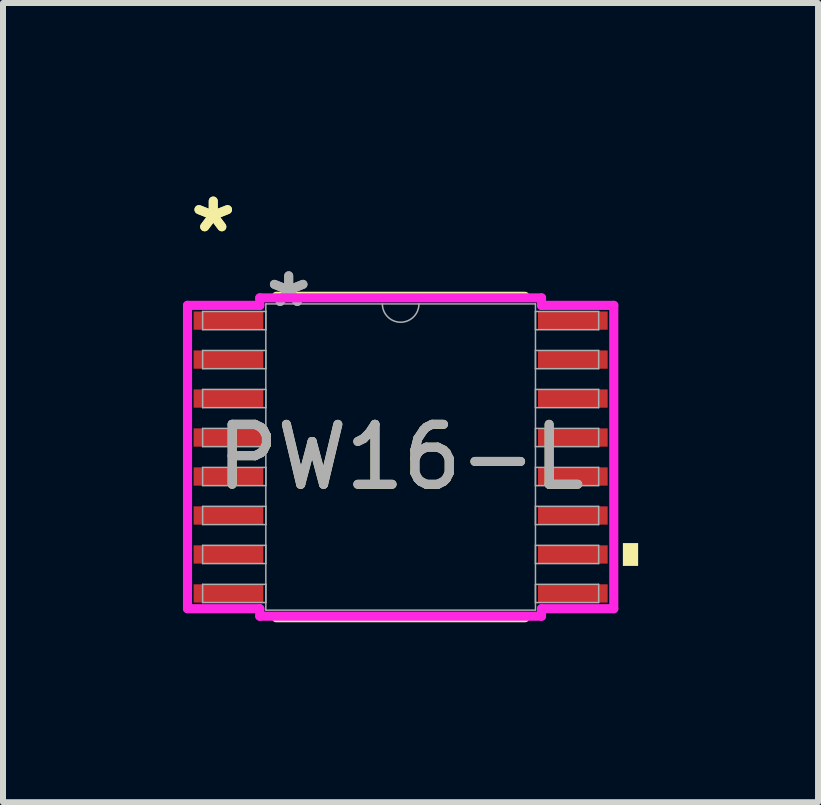
<source format=kicad_pcb>
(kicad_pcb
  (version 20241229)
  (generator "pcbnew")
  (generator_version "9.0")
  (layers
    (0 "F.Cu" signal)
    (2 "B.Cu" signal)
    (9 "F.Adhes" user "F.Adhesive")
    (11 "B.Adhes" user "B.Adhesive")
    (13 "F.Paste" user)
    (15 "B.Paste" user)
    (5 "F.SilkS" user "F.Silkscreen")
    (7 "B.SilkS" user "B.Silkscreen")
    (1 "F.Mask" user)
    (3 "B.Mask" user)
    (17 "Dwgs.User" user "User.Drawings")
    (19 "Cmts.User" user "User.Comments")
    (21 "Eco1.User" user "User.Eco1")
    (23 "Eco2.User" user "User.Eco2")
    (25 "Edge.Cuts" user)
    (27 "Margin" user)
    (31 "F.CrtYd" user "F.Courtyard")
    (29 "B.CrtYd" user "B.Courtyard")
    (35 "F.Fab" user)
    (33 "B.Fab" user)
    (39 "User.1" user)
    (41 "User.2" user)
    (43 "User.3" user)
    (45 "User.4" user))
  (footprint "PW16-L"
    (layer "F.Cu")
    (at 3.631 4.571)
    (property "Reference" "PW16-L" (at 0 0 0) (unlocked yes) (layer "F.SilkS") (effects (font (size 1 1) (thickness 0.15))))
    (attr smd)
    (fp_line (start -2.073 2.68) (end 2.073 2.68) (stroke (width 0.152) (type solid)) (layer "F.SilkS"))
    (fp_line (start 2.073 -2.68) (end -2.073 -2.68) (stroke (width 0.152) (type solid)) (layer "F.SilkS"))
    (fp_poly (pts (xy 3.96 1.435) (xy 3.96 1.816) (xy 3.706 1.816) (xy 3.706 1.435)) (stroke (width 0) (type solid)) (fill yes) (layer "F.SilkS"))
    (fp_line (start -3.554 -2.529) (end -2.349 -2.529) (stroke (width 0.152) (type solid)) (layer "F.CrtYd"))
    (fp_line (start -3.554 2.529) (end -3.554 -2.529) (stroke (width 0.152) (type solid)) (layer "F.CrtYd"))
    (fp_line (start -3.554 2.529) (end -2.349 2.529) (stroke (width 0.152) (type solid)) (layer "F.CrtYd"))
    (fp_line (start -2.349 -2.654) (end 2.349 -2.654) (stroke (width 0.152) (type solid)) (layer "F.CrtYd"))
    (fp_line (start -2.349 -2.529) (end -2.349 -2.654) (stroke (width 0.152) (type solid)) (layer "F.CrtYd"))
    (fp_line (start -2.349 2.654) (end -2.349 2.529) (stroke (width 0.152) (type solid)) (layer "F.CrtYd"))
    (fp_line (start 2.349 -2.654) (end 2.349 -2.529) (stroke (width 0.152) (type solid)) (layer "F.CrtYd"))
    (fp_line (start 2.349 2.529) (end 2.349 2.654) (stroke (width 0.152) (type solid)) (layer "F.CrtYd"))
    (fp_line (start 2.349 2.654) (end -2.349 2.654) (stroke (width 0.152) (type solid)) (layer "F.CrtYd"))
    (fp_line (start 3.554 -2.529) (end 2.349 -2.529) (stroke (width 0.152) (type solid)) (layer "F.CrtYd"))
    (fp_line (start 3.554 -2.529) (end 3.554 2.529) (stroke (width 0.152) (type solid)) (layer "F.CrtYd"))
    (fp_line (start 3.554 2.529) (end 2.349 2.529) (stroke (width 0.152) (type solid)) (layer "F.CrtYd"))
    (fp_line (start -3.302 -2.427) (end -3.302 -2.123) (stroke (width 0.025) (type solid)) (layer "F.Fab"))
    (fp_line (start -3.302 -2.123) (end -2.248 -2.123) (stroke (width 0.025) (type solid)) (layer "F.Fab"))
    (fp_line (start -3.302 -1.777) (end -3.302 -1.473) (stroke (width 0.025) (type solid)) (layer "F.Fab"))
    (fp_line (start -3.302 -1.473) (end -2.248 -1.473) (stroke (width 0.025) (type solid)) (layer "F.Fab"))
    (fp_line (start -3.302 -1.127) (end -3.302 -0.823) (stroke (width 0.025) (type solid)) (layer "F.Fab"))
    (fp_line (start -3.302 -0.823) (end -2.248 -0.823) (stroke (width 0.025) (type solid)) (layer "F.Fab"))
    (fp_line (start -3.302 -0.477) (end -3.302 -0.173) (stroke (width 0.025) (type solid)) (layer "F.Fab"))
    (fp_line (start -3.302 -0.173) (end -2.248 -0.173) (stroke (width 0.025) (type solid)) (layer "F.Fab"))
    (fp_line (start -3.302 0.173) (end -3.302 0.477) (stroke (width 0.025) (type solid)) (layer "F.Fab"))
    (fp_line (start -3.302 0.477) (end -2.248 0.477) (stroke (width 0.025) (type solid)) (layer "F.Fab"))
    (fp_line (start -3.302 0.823) (end -3.302 1.127) (stroke (width 0.025) (type solid)) (layer "F.Fab"))
    (fp_line (start -3.302 1.127) (end -2.248 1.127) (stroke (width 0.025) (type solid)) (layer "F.Fab"))
    (fp_line (start -3.302 1.473) (end -3.302 1.777) (stroke (width 0.025) (type solid)) (layer "F.Fab"))
    (fp_line (start -3.302 1.777) (end -2.248 1.777) (stroke (width 0.025) (type solid)) (layer "F.Fab"))
    (fp_line (start -3.302 2.123) (end -3.302 2.427) (stroke (width 0.025) (type solid)) (layer "F.Fab"))
    (fp_line (start -3.302 2.427) (end -2.248 2.427) (stroke (width 0.025) (type solid)) (layer "F.Fab"))
    (fp_line (start -2.248 -2.553) (end -2.248 2.553) (stroke (width 0.025) (type solid)) (layer "F.Fab"))
    (fp_line (start -2.248 -2.427) (end -3.302 -2.427) (stroke (width 0.025) (type solid)) (layer "F.Fab"))
    (fp_line (start -2.248 -2.123) (end -2.248 -2.427) (stroke (width 0.025) (type solid)) (layer "F.Fab"))
    (fp_line (start -2.248 -1.777) (end -3.302 -1.777) (stroke (width 0.025) (type solid)) (layer "F.Fab"))
    (fp_line (start -2.248 -1.473) (end -2.248 -1.777) (stroke (width 0.025) (type solid)) (layer "F.Fab"))
    (fp_line (start -2.248 -1.127) (end -3.302 -1.127) (stroke (width 0.025) (type solid)) (layer "F.Fab"))
    (fp_line (start -2.248 -0.823) (end -2.248 -1.127) (stroke (width 0.025) (type solid)) (layer "F.Fab"))
    (fp_line (start -2.248 -0.477) (end -3.302 -0.477) (stroke (width 0.025) (type solid)) (layer "F.Fab"))
    (fp_line (start -2.248 -0.173) (end -2.248 -0.477) (stroke (width 0.025) (type solid)) (layer "F.Fab"))
    (fp_line (start -2.248 0.173) (end -3.302 0.173) (stroke (width 0.025) (type solid)) (layer "F.Fab"))
    (fp_line (start -2.248 0.477) (end -2.248 0.173) (stroke (width 0.025) (type solid)) (layer "F.Fab"))
    (fp_line (start -2.248 0.823) (end -3.302 0.823) (stroke (width 0.025) (type solid)) (layer "F.Fab"))
    (fp_line (start -2.248 1.127) (end -2.248 0.823) (stroke (width 0.025) (type solid)) (layer "F.Fab"))
    (fp_line (start -2.248 1.473) (end -3.302 1.473) (stroke (width 0.025) (type solid)) (layer "F.Fab"))
    (fp_line (start -2.248 1.777) (end -2.248 1.473) (stroke (width 0.025) (type solid)) (layer "F.Fab"))
    (fp_line (start -2.248 2.123) (end -3.302 2.123) (stroke (width 0.025) (type solid)) (layer "F.Fab"))
    (fp_line (start -2.248 2.427) (end -2.248 2.123) (stroke (width 0.025) (type solid)) (layer "F.Fab"))
    (fp_line (start -2.248 2.553) (end 2.248 2.553) (stroke (width 0.025) (type solid)) (layer "F.Fab"))
    (fp_line (start 2.248 -2.553) (end -2.248 -2.553) (stroke (width 0.025) (type solid)) (layer "F.Fab"))
    (fp_line (start 2.248 -2.427) (end 2.248 -2.123) (stroke (width 0.025) (type solid)) (layer "F.Fab"))
    (fp_line (start 2.248 -2.123) (end 3.302 -2.123) (stroke (width 0.025) (type solid)) (layer "F.Fab"))
    (fp_line (start 2.248 -1.777) (end 2.248 -1.473) (stroke (width 0.025) (type solid)) (layer "F.Fab"))
    (fp_line (start 2.248 -1.473) (end 3.302 -1.473) (stroke (width 0.025) (type solid)) (layer "F.Fab"))
    (fp_line (start 2.248 -1.127) (end 2.248 -0.823) (stroke (width 0.025) (type solid)) (layer "F.Fab"))
    (fp_line (start 2.248 -0.823) (end 3.302 -0.823) (stroke (width 0.025) (type solid)) (layer "F.Fab"))
    (fp_line (start 2.248 -0.477) (end 2.248 -0.173) (stroke (width 0.025) (type solid)) (layer "F.Fab"))
    (fp_line (start 2.248 -0.173) (end 3.302 -0.173) (stroke (width 0.025) (type solid)) (layer "F.Fab"))
    (fp_line (start 2.248 0.173) (end 2.248 0.477) (stroke (width 0.025) (type solid)) (layer "F.Fab"))
    (fp_line (start 2.248 0.477) (end 3.302 0.477) (stroke (width 0.025) (type solid)) (layer "F.Fab"))
    (fp_line (start 2.248 0.823) (end 2.248 1.127) (stroke (width 0.025) (type solid)) (layer "F.Fab"))
    (fp_line (start 2.248 1.127) (end 3.302 1.127) (stroke (width 0.025) (type solid)) (layer "F.Fab"))
    (fp_line (start 2.248 1.473) (end 2.248 1.777) (stroke (width 0.025) (type solid)) (layer "F.Fab"))
    (fp_line (start 2.248 1.777) (end 3.302 1.777) (stroke (width 0.025) (type solid)) (layer "F.Fab"))
    (fp_line (start 2.248 2.123) (end 2.248 2.427) (stroke (width 0.025) (type solid)) (layer "F.Fab"))
    (fp_line (start 2.248 2.427) (end 3.302 2.427) (stroke (width 0.025) (type solid)) (layer "F.Fab"))
    (fp_line (start 2.248 2.553) (end 2.248 -2.553) (stroke (width 0.025) (type solid)) (layer "F.Fab"))
    (fp_line (start 3.302 -2.427) (end 2.248 -2.427) (stroke (width 0.025) (type solid)) (layer "F.Fab"))
    (fp_line (start 3.302 -2.123) (end 3.302 -2.427) (stroke (width 0.025) (type solid)) (layer "F.Fab"))
    (fp_line (start 3.302 -1.777) (end 2.248 -1.777) (stroke (width 0.025) (type solid)) (layer "F.Fab"))
    (fp_line (start 3.302 -1.473) (end 3.302 -1.777) (stroke (width 0.025) (type solid)) (layer "F.Fab"))
    (fp_line (start 3.302 -1.127) (end 2.248 -1.127) (stroke (width 0.025) (type solid)) (layer "F.Fab"))
    (fp_line (start 3.302 -0.823) (end 3.302 -1.127) (stroke (width 0.025) (type solid)) (layer "F.Fab"))
    (fp_line (start 3.302 -0.477) (end 2.248 -0.477) (stroke (width 0.025) (type solid)) (layer "F.Fab"))
    (fp_line (start 3.302 -0.173) (end 3.302 -0.477) (stroke (width 0.025) (type solid)) (layer "F.Fab"))
    (fp_line (start 3.302 0.173) (end 2.248 0.173) (stroke (width 0.025) (type solid)) (layer "F.Fab"))
    (fp_line (start 3.302 0.477) (end 3.302 0.173) (stroke (width 0.025) (type solid)) (layer "F.Fab"))
    (fp_line (start 3.302 0.823) (end 2.248 0.823) (stroke (width 0.025) (type solid)) (layer "F.Fab"))
    (fp_line (start 3.302 1.127) (end 3.302 0.823) (stroke (width 0.025) (type solid)) (layer "F.Fab"))
    (fp_line (start 3.302 1.473) (end 2.248 1.473) (stroke (width 0.025) (type solid)) (layer "F.Fab"))
    (fp_line (start 3.302 1.777) (end 3.302 1.473) (stroke (width 0.025) (type solid)) (layer "F.Fab"))
    (fp_line (start 3.302 2.123) (end 2.248 2.123) (stroke (width 0.025) (type solid)) (layer "F.Fab"))
    (fp_line (start 3.302 2.427) (end 3.302 2.123) (stroke (width 0.025) (type solid)) (layer "F.Fab"))
    (fp_arc (start 0.3048 -2.5527) (mid 0 -2.2479) (end -0.3048 -2.5527) (stroke (width 0.0254) (type solid)) (layer "F.Fab"))
    (fp_text user "*" (at -3.125 -3.723 0) (layer "F.SilkS") (effects (font (size 1 1) (thickness 0.15))))
    (fp_text user "*" (at -3.125 -3.723 0) (unlocked yes) (layer "F.SilkS") (effects (font (size 1 1) (thickness 0.15))))
    (fp_text user "${REFERENCE}" (at 0 0 0) (unlocked yes) (layer "F.Fab") (effects (font (size 1 1) (thickness 0.15))))
    (fp_text user "*" (at -1.867 -2.477 0) (layer "F.Fab") (effects (font (size 1 1) (thickness 0.15))))
    (fp_text user "*" (at -1.867 -2.477 0) (unlocked yes) (layer "F.Fab") (effects (font (size 1 1) (thickness 0.15))))
    (pad "1" smd rect (at -2.871 -2.275) (size 1.162 0.305) (layers "F.Cu" "F.Mask" "F.Paste"))
    (pad "2" smd rect (at -2.871 -1.625) (size 1.162 0.305) (layers "F.Cu" "F.Mask" "F.Paste"))
    (pad "3" smd rect (at -2.871 -0.975) (size 1.162 0.305) (layers "F.Cu" "F.Mask" "F.Paste"))
    (pad "4" smd rect (at -2.871 -0.325) (size 1.162 0.305) (layers "F.Cu" "F.Mask" "F.Paste"))
    (pad "5" smd rect (at -2.871 0.325) (size 1.162 0.305) (layers "F.Cu" "F.Mask" "F.Paste"))
    (pad "6" smd rect (at -2.871 0.975) (size 1.162 0.305) (layers "F.Cu" "F.Mask" "F.Paste"))
    (pad "7" smd rect (at -2.871 1.625) (size 1.162 0.305) (layers "F.Cu" "F.Mask" "F.Paste"))
    (pad "8" smd rect (at -2.871 2.275) (size 1.162 0.305) (layers "F.Cu" "F.Mask" "F.Paste"))
    (pad "9" smd rect (at 2.871 2.275) (size 1.162 0.305) (layers "F.Cu" "F.Mask" "F.Paste"))
    (pad "10" smd rect (at 2.871 1.625) (size 1.162 0.305) (layers "F.Cu" "F.Mask" "F.Paste"))
    (pad "11" smd rect (at 2.871 0.975) (size 1.162 0.305) (layers "F.Cu" "F.Mask" "F.Paste"))
    (pad "12" smd rect (at 2.871 0.325) (size 1.162 0.305) (layers "F.Cu" "F.Mask" "F.Paste"))
    (pad "13" smd rect (at 2.871 -0.325) (size 1.162 0.305) (layers "F.Cu" "F.Mask" "F.Paste"))
    (pad "14" smd rect (at 2.871 -0.975) (size 1.162 0.305) (layers "F.Cu" "F.Mask" "F.Paste"))
    (pad "15" smd rect (at 2.871 -1.625) (size 1.162 0.305) (layers "F.Cu" "F.Mask" "F.Paste"))
    (pad "16" smd rect (at 2.871 -2.275) (size 1.162 0.305) (layers "F.Cu" "F.Mask" "F.Paste")))
  (gr_rect
    (start -3 -3)
    (end 10.591 10.327)
    (stroke (width 0.1) (type default))
    (fill no)
    (layer "Edge.Cuts")))
</source>
